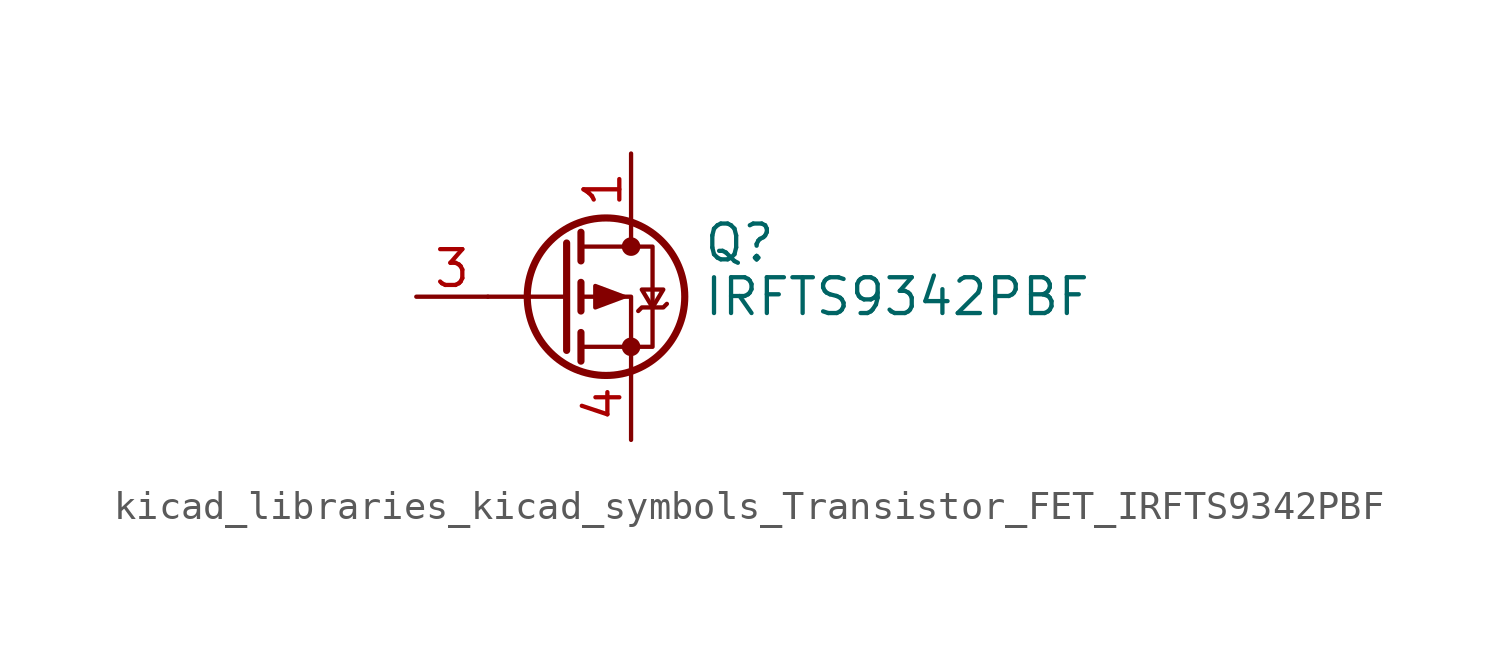
<source format=kicad_sym>
(kicad_symbol_lib
  (version 20220914)
  (generator kicad_symbol_editor)
  (symbol "kicad_libraries_kicad_symbols_Transistor_FET_IRFTS9342PBF"
    (pin_names hide)
    (property "Reference" "Q"
      (at 5.08 1.905 0)
      (effects (font (size 1.27 1.27)) (justify left)))
    (property "Value" "IRFTS9342PBF"
      (at 5.08 0 0)
      (effects (font (size 1.27 1.27)) (justify left)))
    (symbol "kicad_libraries_kicad_symbols_Transistor_FET_IRFTS9342PBF_0_1"
      (polyline (pts (xy 0.254 0) (xy -2.54 0)) (stroke (width 0) (type default)) (fill (type none)))
      (polyline (pts (xy 0.254 1.905) (xy 0.254 -1.905)) (stroke (width 0.254) (type default)) (fill (type none)))
      (polyline (pts (xy 0.762 -1.27) (xy 0.762 -2.286)) (stroke (width 0.254) (type default)) (fill (type none)))
      (polyline (pts (xy 0.762 0.508) (xy 0.762 -0.508)) (stroke (width 0.254) (type default)) (fill (type none)))
      (polyline (pts (xy 0.762 2.286) (xy 0.762 1.27)) (stroke (width 0.254) (type default)) (fill (type none)))
      (polyline (pts (xy 2.54 2.54) (xy 2.54 1.778)) (stroke (width 0) (type default)) (fill (type none)))
      (polyline (pts (xy 2.54 -2.54) (xy 2.54 0) (xy 0.762 0)) (stroke (width 0) (type default)) (fill (type none)))
      (polyline (pts (xy 0.762 1.778) (xy 3.302 1.778) (xy 3.302 -1.778) (xy 0.762 -1.778)) (stroke (width 0) (type default)) (fill (type none)))
      (polyline (pts (xy 2.286 0) (xy 1.27 0.381) (xy 1.27 -0.381) (xy 2.286 0)) (stroke (width 0) (type default)) (fill (type outline)))
      (polyline (pts (xy 2.794 -0.508) (xy 2.921 -0.381) (xy 3.683 -0.381) (xy 3.81 -0.254)) (stroke (width 0) (type default)) (fill (type none)))
      (polyline (pts (xy 3.302 -0.381) (xy 2.921 0.254) (xy 3.683 0.254) (xy 3.302 -0.381)) (stroke (width 0) (type default)) (fill (type none)))
      (circle (center 1.651 0) (radius 2.794) (stroke (width 0.254) (type default)) (fill (type none)))
      (circle (center 2.54 -1.778) (radius 0.254) (stroke (width 0) (type default)) (fill (type outline)))
      (circle (center 2.54 1.778) (radius 0.254) (stroke (width 0) (type default)) (fill (type outline))))
    (symbol "kicad_libraries_kicad_symbols_Transistor_FET_IRFTS9342PBF_1_1"
      (pin passive line (at 2.54 5.08 270) (length 2.54) (name "D" (effects (font (size 1.27 1.27)))) (number "1" (effects (font (size 1.27 1.27)))))
      (pin passive line (at 2.54 5.08 270) (length 2.54) hide (name "D" (effects (font (size 1.27 1.27)))) (number "2" (effects (font (size 1.27 1.27)))))
      (pin input line (at -5.08 0 0) (length 2.54) (name "G" (effects (font (size 1.27 1.27)))) (number "3" (effects (font (size 1.27 1.27)))))
      (pin passive line (at 2.54 -5.08 90) (length 2.54) (name "S" (effects (font (size 1.27 1.27)))) (number "4" (effects (font (size 1.27 1.27)))))
      (pin passive line (at 2.54 5.08 270) (length 2.54) hide (name "D" (effects (font (size 1.27 1.27)))) (number "5" (effects (font (size 1.27 1.27)))))
      (pin passive line (at 2.54 5.08 270) (length 2.54) hide (name "D" (effects (font (size 1.27 1.27)))) (number "6" (effects (font (size 1.27 1.27))))))))
</source>
